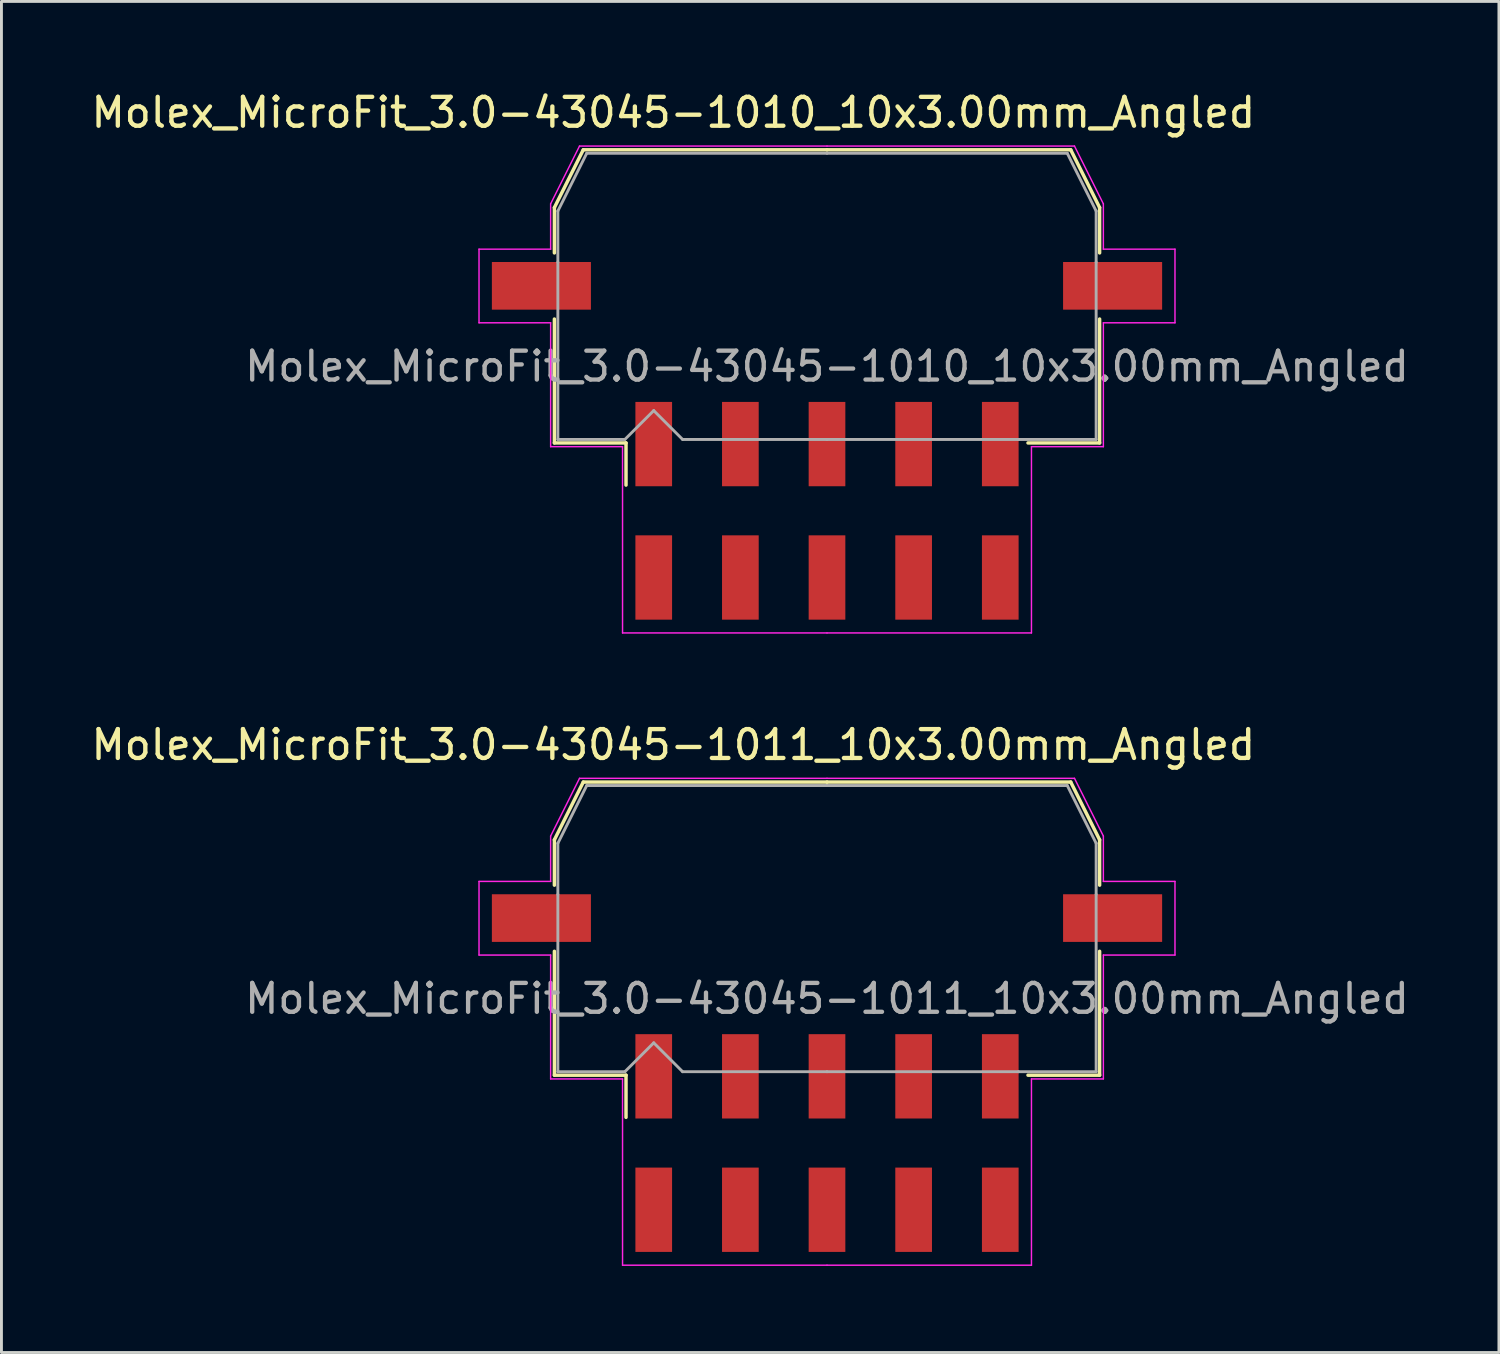
<source format=kicad_pcb>
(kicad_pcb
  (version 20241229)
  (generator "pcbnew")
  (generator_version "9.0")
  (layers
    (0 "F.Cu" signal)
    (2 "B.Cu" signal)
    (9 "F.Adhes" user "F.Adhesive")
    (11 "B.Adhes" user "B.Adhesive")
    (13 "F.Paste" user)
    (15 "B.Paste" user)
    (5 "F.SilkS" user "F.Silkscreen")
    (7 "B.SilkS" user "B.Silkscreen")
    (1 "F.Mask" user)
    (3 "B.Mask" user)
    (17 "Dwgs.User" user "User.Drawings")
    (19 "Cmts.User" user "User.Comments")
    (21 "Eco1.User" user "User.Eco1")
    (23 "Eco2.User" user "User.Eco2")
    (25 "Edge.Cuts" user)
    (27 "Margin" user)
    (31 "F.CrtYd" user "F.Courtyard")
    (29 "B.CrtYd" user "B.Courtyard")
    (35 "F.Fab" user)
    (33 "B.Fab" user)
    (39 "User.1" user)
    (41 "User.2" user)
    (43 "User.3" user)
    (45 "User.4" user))
  (footprint "Molex_MicroFit_3.0-43045-1010_10x3.00mm_Angled"
    (layer "F.Cu")
    (at 25.588 14.638)
    (property "Reference" "Molex_MicroFit_3.0-43045-1010_10x3.00mm_Angled" (at -5.32 -13.79 0) (layer "F.SilkS") (effects (font (size 1 1) (thickness 0.15))))
    (attr smd)
    (fp_line (start -9.44 -10.5) (end -9.44 -8.93) (stroke (width 0.12) (type solid)) (layer "F.SilkS"))
    (fp_line (start -9.44 -6.64) (end -9.44 -2.35) (stroke (width 0.12) (type solid)) (layer "F.SilkS"))
    (fp_line (start -9.44 -2.35) (end -6.96 -2.35) (stroke (width 0.12) (type solid)) (layer "F.SilkS"))
    (fp_line (start -8.44 -12.5) (end -9.44 -10.5) (stroke (width 0.12) (type solid)) (layer "F.SilkS"))
    (fp_line (start -6.96 -2.35) (end -6.96 -0.89) (stroke (width 0.12) (type solid)) (layer "F.SilkS"))
    (fp_line (start 0 -12.5) (end -8.44 -12.5) (stroke (width 0.12) (type solid)) (layer "F.SilkS"))
    (fp_line (start 0 -12.5) (end 8.44 -12.5) (stroke (width 0.12) (type solid)) (layer "F.SilkS"))
    (fp_line (start 8.44 -12.5) (end 9.44 -10.5) (stroke (width 0.12) (type solid)) (layer "F.SilkS"))
    (fp_line (start 9.44 -10.5) (end 9.44 -8.93) (stroke (width 0.12) (type solid)) (layer "F.SilkS"))
    (fp_line (start 9.44 -6.64) (end 9.44 -2.35) (stroke (width 0.12) (type solid)) (layer "F.SilkS"))
    (fp_line (start 9.44 -2.35) (end 6.96 -2.35) (stroke (width 0.12) (type solid)) (layer "F.SilkS"))
    (fp_line (start -12.05 -9.06) (end -12.05 -6.51) (stroke (width 0.05) (type solid)) (layer "F.CrtYd"))
    (fp_line (start -12.05 -6.51) (end -9.57 -6.51) (stroke (width 0.05) (type solid)) (layer "F.CrtYd"))
    (fp_line (start -9.57 -10.63) (end -9.57 -9.06) (stroke (width 0.05) (type solid)) (layer "F.CrtYd"))
    (fp_line (start -9.57 -9.06) (end -12.05 -9.06) (stroke (width 0.05) (type solid)) (layer "F.CrtYd"))
    (fp_line (start -9.57 -6.51) (end -9.57 -2.22) (stroke (width 0.05) (type solid)) (layer "F.CrtYd"))
    (fp_line (start -9.57 -2.22) (end -7.08 -2.22) (stroke (width 0.05) (type solid)) (layer "F.CrtYd"))
    (fp_line (start -8.57 -12.63) (end -9.57 -10.63) (stroke (width 0.05) (type solid)) (layer "F.CrtYd"))
    (fp_line (start -7.08 -2.22) (end -7.08 4.23) (stroke (width 0.05) (type solid)) (layer "F.CrtYd"))
    (fp_line (start -7.08 4.23) (end 0 4.23) (stroke (width 0.05) (type solid)) (layer "F.CrtYd"))
    (fp_line (start 0 -12.63) (end -8.57 -12.63) (stroke (width 0.05) (type solid)) (layer "F.CrtYd"))
    (fp_line (start 0 -12.63) (end 8.57 -12.63) (stroke (width 0.05) (type solid)) (layer "F.CrtYd"))
    (fp_line (start 7.08 -2.22) (end 7.08 4.23) (stroke (width 0.05) (type solid)) (layer "F.CrtYd"))
    (fp_line (start 7.08 4.23) (end 0 4.23) (stroke (width 0.05) (type solid)) (layer "F.CrtYd"))
    (fp_line (start 8.57 -12.63) (end 9.57 -10.63) (stroke (width 0.05) (type solid)) (layer "F.CrtYd"))
    (fp_line (start 9.57 -10.63) (end 9.57 -9.06) (stroke (width 0.05) (type solid)) (layer "F.CrtYd"))
    (fp_line (start 9.57 -9.06) (end 12.05 -9.06) (stroke (width 0.05) (type solid)) (layer "F.CrtYd"))
    (fp_line (start 9.57 -6.51) (end 9.57 -2.22) (stroke (width 0.05) (type solid)) (layer "F.CrtYd"))
    (fp_line (start 9.57 -2.22) (end 7.08 -2.22) (stroke (width 0.05) (type solid)) (layer "F.CrtYd"))
    (fp_line (start 12.05 -9.06) (end 12.05 -6.51) (stroke (width 0.05) (type solid)) (layer "F.CrtYd"))
    (fp_line (start 12.05 -6.51) (end 9.57 -6.51) (stroke (width 0.05) (type solid)) (layer "F.CrtYd"))
    (fp_line (start -9.32 -10.38) (end -9.32 -8.61) (stroke (width 0.1) (type solid)) (layer "F.Fab"))
    (fp_line (start -9.32 -8.61) (end -9.32 -2.47) (stroke (width 0.1) (type solid)) (layer "F.Fab"))
    (fp_line (start -9.32 -2.47) (end -7 -2.47) (stroke (width 0.1) (type solid)) (layer "F.Fab"))
    (fp_line (start -8.32 -12.38) (end -9.32 -10.38) (stroke (width 0.1) (type solid)) (layer "F.Fab"))
    (fp_line (start -7 -2.47) (end -6 -3.47) (stroke (width 0.1) (type solid)) (layer "F.Fab"))
    (fp_line (start -6 -3.47) (end -5 -2.47) (stroke (width 0.1) (type solid)) (layer "F.Fab"))
    (fp_line (start -5 -2.47) (end 0 -2.47) (stroke (width 0.1) (type solid)) (layer "F.Fab"))
    (fp_line (start 0 -12.38) (end -8.32 -12.38) (stroke (width 0.1) (type solid)) (layer "F.Fab"))
    (fp_line (start 0 -12.38) (end 8.32 -12.38) (stroke (width 0.1) (type solid)) (layer "F.Fab"))
    (fp_line (start 6.63 -2.47) (end 0 -2.47) (stroke (width 0.1) (type solid)) (layer "F.Fab"))
    (fp_line (start 8.32 -12.38) (end 9.32 -10.38) (stroke (width 0.1) (type solid)) (layer "F.Fab"))
    (fp_line (start 9.32 -10.38) (end 9.32 -8.61) (stroke (width 0.1) (type solid)) (layer "F.Fab"))
    (fp_line (start 9.32 -8.61) (end 9.32 -2.47) (stroke (width 0.1) (type solid)) (layer "F.Fab"))
    (fp_line (start 9.32 -2.47) (end 6.63 -2.47) (stroke (width 0.1) (type solid)) (layer "F.Fab"))
    (fp_text user "${REFERENCE}" (at 0 -5 0) (layer "F.Fab") (effects (font (size 1 1) (thickness 0.15))))
    (pad "" smd rect (at -9.89 -7.79) (size 3.43 1.65) (layers "F.Cu" "F.Mask" "F.Paste"))
    (pad "" smd rect (at 9.89 -7.79) (size 3.43 1.65) (layers "F.Cu" "F.Mask" "F.Paste"))
    (pad "1" smd rect (at -6 -2.31) (size 1.27 2.92) (layers "F.Cu" "F.Mask" "F.Paste"))
    (pad "2" smd rect (at -3 -2.31) (size 1.27 2.92) (layers "F.Cu" "F.Mask" "F.Paste"))
    (pad "3" smd rect (at 0 -2.31) (size 1.27 2.92) (layers "F.Cu" "F.Mask" "F.Paste"))
    (pad "4" smd rect (at 3 -2.31) (size 1.27 2.92) (layers "F.Cu" "F.Mask" "F.Paste"))
    (pad "5" smd rect (at 6 -2.31) (size 1.27 2.92) (layers "F.Cu" "F.Mask" "F.Paste"))
    (pad "6" smd rect (at 6 2.31) (size 1.27 2.92) (layers "F.Cu" "F.Mask" "F.Paste"))
    (pad "7" smd rect (at 3 2.31) (size 1.27 2.92) (layers "F.Cu" "F.Mask" "F.Paste"))
    (pad "8" smd rect (at 0 2.31) (size 1.27 2.92) (layers "F.Cu" "F.Mask" "F.Paste"))
    (pad "9" smd rect (at -3 2.31) (size 1.27 2.92) (layers "F.Cu" "F.Mask" "F.Paste"))
    (pad "10" smd rect (at -6 2.31) (size 1.27 2.92) (layers "F.Cu" "F.Mask" "F.Paste")))
  (footprint "Molex_MicroFit_3.0-43045-1011_10x3.00mm_Angled"
    (layer "F.Cu")
    (at 25.588 36.532)
    (property "Reference" "Molex_MicroFit_3.0-43045-1011_10x3.00mm_Angled" (at -5.32 -13.79 0) (layer "F.SilkS") (effects (font (size 1 1) (thickness 0.15))))
    (attr smd)
    (fp_line (start -9.44 -10.5) (end -9.44 -8.93) (stroke (width 0.12) (type solid)) (layer "F.SilkS"))
    (fp_line (start -9.44 -6.64) (end -9.44 -2.35) (stroke (width 0.12) (type solid)) (layer "F.SilkS"))
    (fp_line (start -9.44 -2.35) (end -6.96 -2.35) (stroke (width 0.12) (type solid)) (layer "F.SilkS"))
    (fp_line (start -8.44 -12.5) (end -9.44 -10.5) (stroke (width 0.12) (type solid)) (layer "F.SilkS"))
    (fp_line (start -6.96 -2.35) (end -6.96 -0.89) (stroke (width 0.12) (type solid)) (layer "F.SilkS"))
    (fp_line (start 0 -12.5) (end -8.44 -12.5) (stroke (width 0.12) (type solid)) (layer "F.SilkS"))
    (fp_line (start 0 -12.5) (end 8.44 -12.5) (stroke (width 0.12) (type solid)) (layer "F.SilkS"))
    (fp_line (start 8.44 -12.5) (end 9.44 -10.5) (stroke (width 0.12) (type solid)) (layer "F.SilkS"))
    (fp_line (start 9.44 -10.5) (end 9.44 -8.93) (stroke (width 0.12) (type solid)) (layer "F.SilkS"))
    (fp_line (start 9.44 -6.64) (end 9.44 -2.35) (stroke (width 0.12) (type solid)) (layer "F.SilkS"))
    (fp_line (start 9.44 -2.35) (end 6.96 -2.35) (stroke (width 0.12) (type solid)) (layer "F.SilkS"))
    (fp_line (start -12.05 -9.06) (end -12.05 -6.51) (stroke (width 0.05) (type solid)) (layer "F.CrtYd"))
    (fp_line (start -12.05 -6.51) (end -9.57 -6.51) (stroke (width 0.05) (type solid)) (layer "F.CrtYd"))
    (fp_line (start -9.57 -10.63) (end -9.57 -9.06) (stroke (width 0.05) (type solid)) (layer "F.CrtYd"))
    (fp_line (start -9.57 -9.06) (end -12.05 -9.06) (stroke (width 0.05) (type solid)) (layer "F.CrtYd"))
    (fp_line (start -9.57 -6.51) (end -9.57 -2.22) (stroke (width 0.05) (type solid)) (layer "F.CrtYd"))
    (fp_line (start -9.57 -2.22) (end -7.08 -2.22) (stroke (width 0.05) (type solid)) (layer "F.CrtYd"))
    (fp_line (start -8.57 -12.63) (end -9.57 -10.63) (stroke (width 0.05) (type solid)) (layer "F.CrtYd"))
    (fp_line (start -7.08 -2.22) (end -7.08 4.23) (stroke (width 0.05) (type solid)) (layer "F.CrtYd"))
    (fp_line (start -7.08 4.23) (end 0 4.23) (stroke (width 0.05) (type solid)) (layer "F.CrtYd"))
    (fp_line (start 0 -12.63) (end -8.57 -12.63) (stroke (width 0.05) (type solid)) (layer "F.CrtYd"))
    (fp_line (start 0 -12.63) (end 8.57 -12.63) (stroke (width 0.05) (type solid)) (layer "F.CrtYd"))
    (fp_line (start 7.08 -2.22) (end 7.08 4.23) (stroke (width 0.05) (type solid)) (layer "F.CrtYd"))
    (fp_line (start 7.08 4.23) (end 0 4.23) (stroke (width 0.05) (type solid)) (layer "F.CrtYd"))
    (fp_line (start 8.57 -12.63) (end 9.57 -10.63) (stroke (width 0.05) (type solid)) (layer "F.CrtYd"))
    (fp_line (start 9.57 -10.63) (end 9.57 -9.06) (stroke (width 0.05) (type solid)) (layer "F.CrtYd"))
    (fp_line (start 9.57 -9.06) (end 12.05 -9.06) (stroke (width 0.05) (type solid)) (layer "F.CrtYd"))
    (fp_line (start 9.57 -6.51) (end 9.57 -2.22) (stroke (width 0.05) (type solid)) (layer "F.CrtYd"))
    (fp_line (start 9.57 -2.22) (end 7.08 -2.22) (stroke (width 0.05) (type solid)) (layer "F.CrtYd"))
    (fp_line (start 12.05 -9.06) (end 12.05 -6.51) (stroke (width 0.05) (type solid)) (layer "F.CrtYd"))
    (fp_line (start 12.05 -6.51) (end 9.57 -6.51) (stroke (width 0.05) (type solid)) (layer "F.CrtYd"))
    (fp_line (start -9.32 -10.38) (end -9.32 -8.61) (stroke (width 0.1) (type solid)) (layer "F.Fab"))
    (fp_line (start -9.32 -8.61) (end -9.32 -2.47) (stroke (width 0.1) (type solid)) (layer "F.Fab"))
    (fp_line (start -9.32 -2.47) (end -7 -2.47) (stroke (width 0.1) (type solid)) (layer "F.Fab"))
    (fp_line (start -8.32 -12.38) (end -9.32 -10.38) (stroke (width 0.1) (type solid)) (layer "F.Fab"))
    (fp_line (start -7 -2.47) (end -6 -3.47) (stroke (width 0.1) (type solid)) (layer "F.Fab"))
    (fp_line (start -6 -3.47) (end -5 -2.47) (stroke (width 0.1) (type solid)) (layer "F.Fab"))
    (fp_line (start -5 -2.47) (end 0 -2.47) (stroke (width 0.1) (type solid)) (layer "F.Fab"))
    (fp_line (start 0 -12.38) (end -8.32 -12.38) (stroke (width 0.1) (type solid)) (layer "F.Fab"))
    (fp_line (start 0 -12.38) (end 8.32 -12.38) (stroke (width 0.1) (type solid)) (layer "F.Fab"))
    (fp_line (start 6.63 -2.47) (end 0 -2.47) (stroke (width 0.1) (type solid)) (layer "F.Fab"))
    (fp_line (start 8.32 -12.38) (end 9.32 -10.38) (stroke (width 0.1) (type solid)) (layer "F.Fab"))
    (fp_line (start 9.32 -10.38) (end 9.32 -8.61) (stroke (width 0.1) (type solid)) (layer "F.Fab"))
    (fp_line (start 9.32 -8.61) (end 9.32 -2.47) (stroke (width 0.1) (type solid)) (layer "F.Fab"))
    (fp_line (start 9.32 -2.47) (end 6.63 -2.47) (stroke (width 0.1) (type solid)) (layer "F.Fab"))
    (fp_text user "${REFERENCE}" (at 0 -5 0) (layer "F.Fab") (effects (font (size 1 1) (thickness 0.15))))
    (pad "" smd rect (at -9.89 -7.79) (size 3.43 1.65) (layers "F.Cu" "F.Mask" "F.Paste"))
    (pad "" smd rect (at 9.89 -7.79) (size 3.43 1.65) (layers "F.Cu" "F.Mask" "F.Paste"))
    (pad "1" smd rect (at -6 -2.31) (size 1.27 2.92) (layers "F.Cu" "F.Mask" "F.Paste"))
    (pad "2" smd rect (at -3 -2.31) (size 1.27 2.92) (layers "F.Cu" "F.Mask" "F.Paste"))
    (pad "3" smd rect (at 0 -2.31) (size 1.27 2.92) (layers "F.Cu" "F.Mask" "F.Paste"))
    (pad "4" smd rect (at 3 -2.31) (size 1.27 2.92) (layers "F.Cu" "F.Mask" "F.Paste"))
    (pad "5" smd rect (at 6 -2.31) (size 1.27 2.92) (layers "F.Cu" "F.Mask" "F.Paste"))
    (pad "6" smd rect (at 6 2.31) (size 1.27 2.92) (layers "F.Cu" "F.Mask" "F.Paste"))
    (pad "7" smd rect (at 3 2.31) (size 1.27 2.92) (layers "F.Cu" "F.Mask" "F.Paste"))
    (pad "8" smd rect (at 0 2.31) (size 1.27 2.92) (layers "F.Cu" "F.Mask" "F.Paste"))
    (pad "9" smd rect (at -3 2.31) (size 1.27 2.92) (layers "F.Cu" "F.Mask" "F.Paste"))
    (pad "10" smd rect (at -6 2.31) (size 1.27 2.92) (layers "F.Cu" "F.Mask" "F.Paste")))
  (gr_rect
    (start -3 -3)
    (end 48.856 43.786)
    (stroke (width 0.1) (type default))
    (fill no)
    (layer "Edge.Cuts")))
</source>
